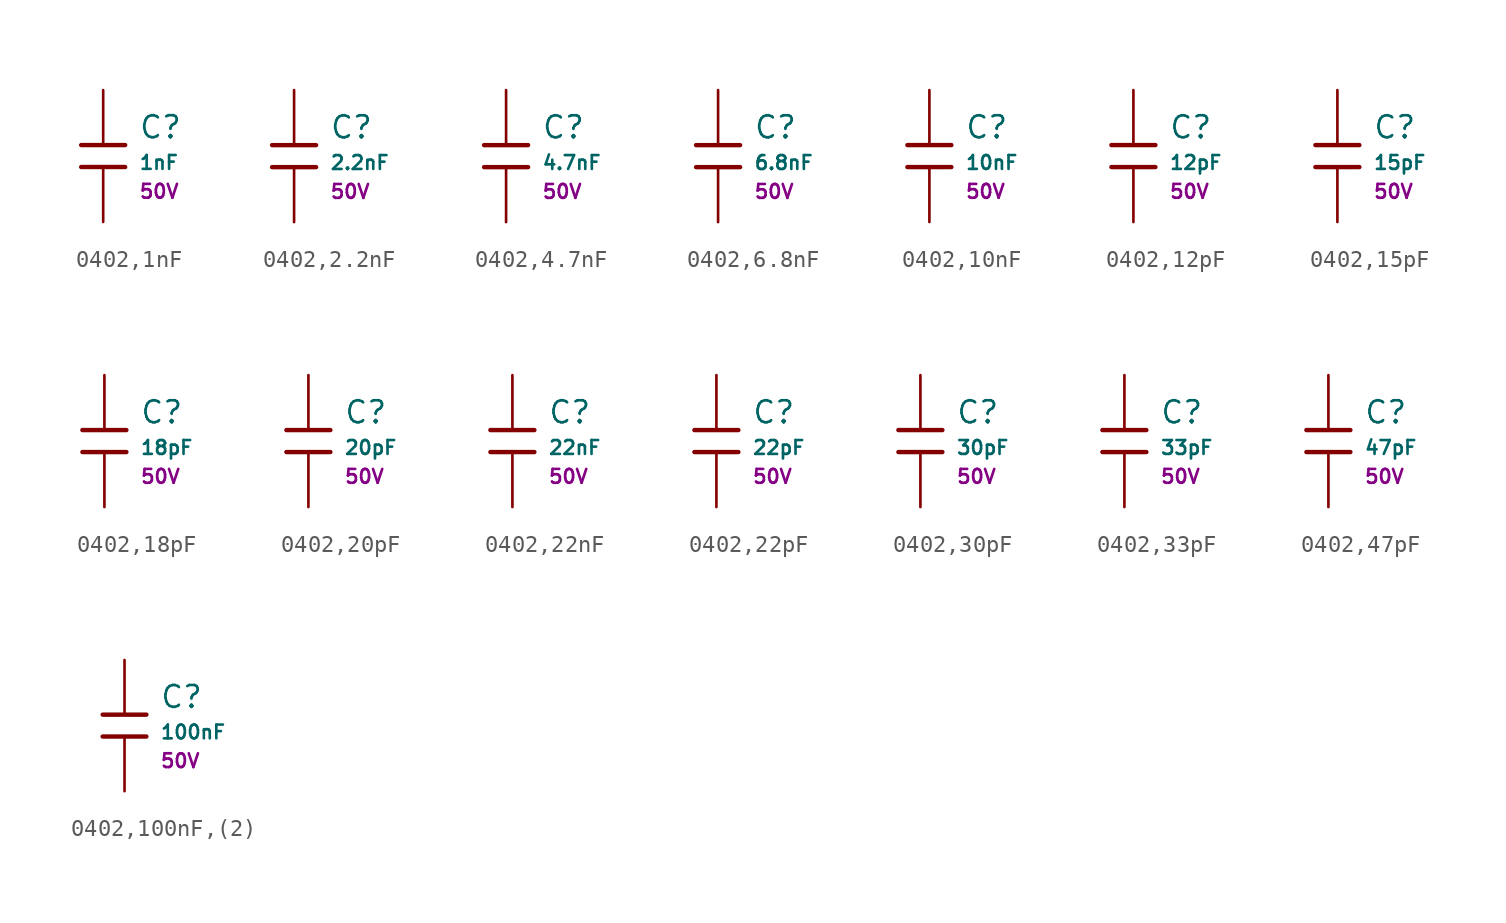
<source format=kicad_sym>
(kicad_symbol_lib
  (version 20241209)
  (generator "kicad_symbol_editor")
  (generator_version "9.0")
  (symbol "0402,1nF"
    (pin_numbers
      (hide yes))
    (pin_names
      (offset 0))
    (property "Reference" "C"
      (at 2.032 1.668 0)
      (effects (font (size 1.27 1.27)) (justify left)))
    (property "Value" "1nF"
      (at 2.032 -0.378 0)
      (effects (font (size 0.8 0.8)) (justify left)))
    (property "Voltage Rated" "50V"
      (at 2.032 -2.046 0)
      (effects (font (size 0.8 0.8)) (justify left)))
    (symbol "0402,1nF_0_1"
      (polyline (pts (xy -1.27 0.635) (xy 1.27 0.635)) (stroke (width 0.254) (type default)) (fill (type none)))
      (polyline (pts (xy -1.27 -0.635) (xy 1.27 -0.635)) (stroke (width 0.254) (type default)) (fill (type none))))
    (symbol "0402,1nF_1_1"
      (pin passive line (at 0 3.81 270) (length 3.175) (name "~" (effects (font (size 1.27 1.27)))) (number "1" (effects (font (size 1.27 1.27)))))
      (pin passive line (at 0 -3.81 90) (length 3.175) (name "~" (effects (font (size 1.27 1.27)))) (number "2" (effects (font (size 1.27 1.27)))))))
  (symbol "0402,2.2nF"
    (pin_numbers
      (hide yes))
    (pin_names
      (offset 0))
    (property "Reference" "C"
      (at 2.032 1.668 0)
      (effects (font (size 1.27 1.27)) (justify left)))
    (property "Value" "2.2nF"
      (at 2.032 -0.378 0)
      (effects (font (size 0.8 0.8)) (justify left)))
    (property "Voltage Rated" "50V"
      (at 2.032 -2.046 0)
      (effects (font (size 0.8 0.8)) (justify left)))
    (symbol "0402,2.2nF_0_1"
      (polyline (pts (xy -1.27 0.635) (xy 1.27 0.635)) (stroke (width 0.254) (type default)) (fill (type none)))
      (polyline (pts (xy -1.27 -0.635) (xy 1.27 -0.635)) (stroke (width 0.254) (type default)) (fill (type none))))
    (symbol "0402,2.2nF_1_1"
      (pin passive line (at 0 3.81 270) (length 3.175) (name "~" (effects (font (size 1.27 1.27)))) (number "1" (effects (font (size 1.27 1.27)))))
      (pin passive line (at 0 -3.81 90) (length 3.175) (name "~" (effects (font (size 1.27 1.27)))) (number "2" (effects (font (size 1.27 1.27)))))))
  (symbol "0402,4.7nF"
    (pin_numbers
      (hide yes))
    (pin_names
      (offset 0))
    (property "Reference" "C"
      (at 2.032 1.668 0)
      (effects (font (size 1.27 1.27)) (justify left)))
    (property "Value" "4.7nF"
      (at 2.032 -0.378 0)
      (effects (font (size 0.8 0.8)) (justify left)))
    (property "Voltage Rated" "50V"
      (at 2.032 -2.046 0)
      (effects (font (size 0.8 0.8)) (justify left)))
    (symbol "0402,4.7nF_0_1"
      (polyline (pts (xy -1.27 0.635) (xy 1.27 0.635)) (stroke (width 0.254) (type default)) (fill (type none)))
      (polyline (pts (xy -1.27 -0.635) (xy 1.27 -0.635)) (stroke (width 0.254) (type default)) (fill (type none))))
    (symbol "0402,4.7nF_1_1"
      (pin passive line (at 0 3.81 270) (length 3.175) (name "~" (effects (font (size 1.27 1.27)))) (number "1" (effects (font (size 1.27 1.27)))))
      (pin passive line (at 0 -3.81 90) (length 3.175) (name "~" (effects (font (size 1.27 1.27)))) (number "2" (effects (font (size 1.27 1.27)))))))
  (symbol "0402,6.8nF"
    (pin_numbers
      (hide yes))
    (pin_names
      (offset 0))
    (property "Reference" "C"
      (at 2.032 1.668 0)
      (effects (font (size 1.27 1.27)) (justify left)))
    (property "Value" "6.8nF"
      (at 2.032 -0.378 0)
      (effects (font (size 0.8 0.8)) (justify left)))
    (property "Voltage Rated" "50V"
      (at 2.032 -2.046 0)
      (effects (font (size 0.8 0.8)) (justify left)))
    (symbol "0402,6.8nF_0_1"
      (polyline (pts (xy -1.27 0.635) (xy 1.27 0.635)) (stroke (width 0.254) (type default)) (fill (type none)))
      (polyline (pts (xy -1.27 -0.635) (xy 1.27 -0.635)) (stroke (width 0.254) (type default)) (fill (type none))))
    (symbol "0402,6.8nF_1_1"
      (pin passive line (at 0 3.81 270) (length 3.175) (name "~" (effects (font (size 1.27 1.27)))) (number "1" (effects (font (size 1.27 1.27)))))
      (pin passive line (at 0 -3.81 90) (length 3.175) (name "~" (effects (font (size 1.27 1.27)))) (number "2" (effects (font (size 1.27 1.27)))))))
  (symbol "0402,10nF"
    (pin_numbers
      (hide yes))
    (pin_names
      (offset 0))
    (property "Reference" "C"
      (at 2.032 1.668 0)
      (effects (font (size 1.27 1.27)) (justify left)))
    (property "Value" "10nF"
      (at 2.032 -0.378 0)
      (effects (font (size 0.8 0.8)) (justify left)))
    (property "Voltage Rated" "50V"
      (at 2.032 -2.046 0)
      (effects (font (size 0.8 0.8)) (justify left)))
    (symbol "0402,10nF_0_1"
      (polyline (pts (xy -1.27 0.635) (xy 1.27 0.635)) (stroke (width 0.254) (type default)) (fill (type none)))
      (polyline (pts (xy -1.27 -0.635) (xy 1.27 -0.635)) (stroke (width 0.254) (type default)) (fill (type none))))
    (symbol "0402,10nF_1_1"
      (pin passive line (at 0 3.81 270) (length 3.175) (name "~" (effects (font (size 1.27 1.27)))) (number "1" (effects (font (size 1.27 1.27)))))
      (pin passive line (at 0 -3.81 90) (length 3.175) (name "~" (effects (font (size 1.27 1.27)))) (number "2" (effects (font (size 1.27 1.27)))))))
  (symbol "0402,12pF"
    (pin_numbers
      (hide yes))
    (pin_names
      (offset 0))
    (property "Reference" "C"
      (at 2.032 1.668 0)
      (effects (font (size 1.27 1.27)) (justify left)))
    (property "Value" "12pF"
      (at 2.032 -0.378 0)
      (effects (font (size 0.8 0.8)) (justify left)))
    (property "Voltage Rated" "50V"
      (at 2.032 -2.046 0)
      (effects (font (size 0.8 0.8)) (justify left)))
    (symbol "0402,12pF_0_1"
      (polyline (pts (xy -1.27 0.635) (xy 1.27 0.635)) (stroke (width 0.254) (type default)) (fill (type none)))
      (polyline (pts (xy -1.27 -0.635) (xy 1.27 -0.635)) (stroke (width 0.254) (type default)) (fill (type none))))
    (symbol "0402,12pF_1_1"
      (pin passive line (at 0 3.81 270) (length 3.175) (name "~" (effects (font (size 1.27 1.27)))) (number "1" (effects (font (size 1.27 1.27)))))
      (pin passive line (at 0 -3.81 90) (length 3.175) (name "~" (effects (font (size 1.27 1.27)))) (number "2" (effects (font (size 1.27 1.27)))))))
  (symbol "0402,15pF"
    (pin_numbers
      (hide yes))
    (pin_names
      (offset 0))
    (property "Reference" "C"
      (at 2.032 1.668 0)
      (effects (font (size 1.27 1.27)) (justify left)))
    (property "Value" "15pF"
      (at 2.032 -0.378 0)
      (effects (font (size 0.8 0.8)) (justify left)))
    (property "Voltage Rated" "50V"
      (at 2.032 -2.046 0)
      (effects (font (size 0.8 0.8)) (justify left)))
    (symbol "0402,15pF_0_1"
      (polyline (pts (xy -1.27 0.635) (xy 1.27 0.635)) (stroke (width 0.254) (type default)) (fill (type none)))
      (polyline (pts (xy -1.27 -0.635) (xy 1.27 -0.635)) (stroke (width 0.254) (type default)) (fill (type none))))
    (symbol "0402,15pF_1_1"
      (pin passive line (at 0 3.81 270) (length 3.175) (name "~" (effects (font (size 1.27 1.27)))) (number "1" (effects (font (size 1.27 1.27)))))
      (pin passive line (at 0 -3.81 90) (length 3.175) (name "~" (effects (font (size 1.27 1.27)))) (number "2" (effects (font (size 1.27 1.27)))))))
  (symbol "0402,18pF"
    (pin_numbers
      (hide yes))
    (pin_names
      (offset 0))
    (property "Reference" "C"
      (at 2.032 1.668 0)
      (effects (font (size 1.27 1.27)) (justify left)))
    (property "Value" "18pF"
      (at 2.032 -0.378 0)
      (effects (font (size 0.8 0.8)) (justify left)))
    (property "Voltage Rated" "50V"
      (at 2.032 -2.046 0)
      (effects (font (size 0.8 0.8)) (justify left)))
    (symbol "0402,18pF_0_1"
      (polyline (pts (xy -1.27 0.635) (xy 1.27 0.635)) (stroke (width 0.254) (type default)) (fill (type none)))
      (polyline (pts (xy -1.27 -0.635) (xy 1.27 -0.635)) (stroke (width 0.254) (type default)) (fill (type none))))
    (symbol "0402,18pF_1_1"
      (pin passive line (at 0 3.81 270) (length 3.175) (name "~" (effects (font (size 1.27 1.27)))) (number "1" (effects (font (size 1.27 1.27)))))
      (pin passive line (at 0 -3.81 90) (length 3.175) (name "~" (effects (font (size 1.27 1.27)))) (number "2" (effects (font (size 1.27 1.27)))))))
  (symbol "0402,20pF"
    (pin_numbers
      (hide yes))
    (pin_names
      (offset 0))
    (property "Reference" "C"
      (at 2.032 1.668 0)
      (effects (font (size 1.27 1.27)) (justify left)))
    (property "Value" "20pF"
      (at 2.032 -0.378 0)
      (effects (font (size 0.8 0.8)) (justify left)))
    (property "Voltage Rated" "50V"
      (at 2.032 -2.046 0)
      (effects (font (size 0.8 0.8)) (justify left)))
    (symbol "0402,20pF_0_1"
      (polyline (pts (xy -1.27 0.635) (xy 1.27 0.635)) (stroke (width 0.254) (type default)) (fill (type none)))
      (polyline (pts (xy -1.27 -0.635) (xy 1.27 -0.635)) (stroke (width 0.254) (type default)) (fill (type none))))
    (symbol "0402,20pF_1_1"
      (pin passive line (at 0 3.81 270) (length 3.175) (name "~" (effects (font (size 1.27 1.27)))) (number "1" (effects (font (size 1.27 1.27)))))
      (pin passive line (at 0 -3.81 90) (length 3.175) (name "~" (effects (font (size 1.27 1.27)))) (number "2" (effects (font (size 1.27 1.27)))))))
  (symbol "0402,22nF"
    (pin_numbers
      (hide yes))
    (pin_names
      (offset 0))
    (property "Reference" "C"
      (at 2.032 1.668 0)
      (effects (font (size 1.27 1.27)) (justify left)))
    (property "Value" "22nF"
      (at 2.032 -0.378 0)
      (effects (font (size 0.8 0.8)) (justify left)))
    (property "Voltage Rated" "50V"
      (at 2.032 -2.046 0)
      (effects (font (size 0.8 0.8)) (justify left)))
    (symbol "0402,22nF_0_1"
      (polyline (pts (xy -1.27 0.635) (xy 1.27 0.635)) (stroke (width 0.254) (type default)) (fill (type none)))
      (polyline (pts (xy -1.27 -0.635) (xy 1.27 -0.635)) (stroke (width 0.254) (type default)) (fill (type none))))
    (symbol "0402,22nF_1_1"
      (pin passive line (at 0 3.81 270) (length 3.175) (name "~" (effects (font (size 1.27 1.27)))) (number "1" (effects (font (size 1.27 1.27)))))
      (pin passive line (at 0 -3.81 90) (length 3.175) (name "~" (effects (font (size 1.27 1.27)))) (number "2" (effects (font (size 1.27 1.27)))))))
  (symbol "0402,22pF"
    (pin_numbers
      (hide yes))
    (pin_names
      (offset 0))
    (property "Reference" "C"
      (at 2.032 1.668 0)
      (effects (font (size 1.27 1.27)) (justify left)))
    (property "Value" "22pF"
      (at 2.032 -0.378 0)
      (effects (font (size 0.8 0.8)) (justify left)))
    (property "Voltage Rated" "50V"
      (at 2.032 -2.046 0)
      (effects (font (size 0.8 0.8)) (justify left)))
    (symbol "0402,22pF_0_1"
      (polyline (pts (xy -1.27 0.635) (xy 1.27 0.635)) (stroke (width 0.254) (type default)) (fill (type none)))
      (polyline (pts (xy -1.27 -0.635) (xy 1.27 -0.635)) (stroke (width 0.254) (type default)) (fill (type none))))
    (symbol "0402,22pF_1_1"
      (pin passive line (at 0 3.81 270) (length 3.175) (name "~" (effects (font (size 1.27 1.27)))) (number "1" (effects (font (size 1.27 1.27)))))
      (pin passive line (at 0 -3.81 90) (length 3.175) (name "~" (effects (font (size 1.27 1.27)))) (number "2" (effects (font (size 1.27 1.27)))))))
  (symbol "0402,30pF"
    (pin_numbers
      (hide yes))
    (pin_names
      (offset 0))
    (property "Reference" "C"
      (at 2.032 1.668 0)
      (effects (font (size 1.27 1.27)) (justify left)))
    (property "Value" "30pF"
      (at 2.032 -0.378 0)
      (effects (font (size 0.8 0.8)) (justify left)))
    (property "Voltage Rated" "50V"
      (at 2.032 -2.046 0)
      (effects (font (size 0.8 0.8)) (justify left)))
    (symbol "0402,30pF_0_1"
      (polyline (pts (xy -1.27 0.635) (xy 1.27 0.635)) (stroke (width 0.254) (type default)) (fill (type none)))
      (polyline (pts (xy -1.27 -0.635) (xy 1.27 -0.635)) (stroke (width 0.254) (type default)) (fill (type none))))
    (symbol "0402,30pF_1_1"
      (pin passive line (at 0 3.81 270) (length 3.175) (name "~" (effects (font (size 1.27 1.27)))) (number "1" (effects (font (size 1.27 1.27)))))
      (pin passive line (at 0 -3.81 90) (length 3.175) (name "~" (effects (font (size 1.27 1.27)))) (number "2" (effects (font (size 1.27 1.27)))))))
  (symbol "0402,33pF"
    (pin_numbers
      (hide yes))
    (pin_names
      (offset 0))
    (property "Reference" "C"
      (at 2.032 1.668 0)
      (effects (font (size 1.27 1.27)) (justify left)))
    (property "Value" "33pF"
      (at 2.032 -0.378 0)
      (effects (font (size 0.8 0.8)) (justify left)))
    (property "Voltage Rated" "50V"
      (at 2.032 -2.046 0)
      (effects (font (size 0.8 0.8)) (justify left)))
    (symbol "0402,33pF_0_1"
      (polyline (pts (xy -1.27 0.635) (xy 1.27 0.635)) (stroke (width 0.254) (type default)) (fill (type none)))
      (polyline (pts (xy -1.27 -0.635) (xy 1.27 -0.635)) (stroke (width 0.254) (type default)) (fill (type none))))
    (symbol "0402,33pF_1_1"
      (pin passive line (at 0 3.81 270) (length 3.175) (name "~" (effects (font (size 1.27 1.27)))) (number "1" (effects (font (size 1.27 1.27)))))
      (pin passive line (at 0 -3.81 90) (length 3.175) (name "~" (effects (font (size 1.27 1.27)))) (number "2" (effects (font (size 1.27 1.27)))))))
  (symbol "0402,47pF"
    (pin_numbers
      (hide yes))
    (pin_names
      (offset 0))
    (property "Reference" "C"
      (at 2.032 1.668 0)
      (effects (font (size 1.27 1.27)) (justify left)))
    (property "Value" "47pF"
      (at 2.032 -0.378 0)
      (effects (font (size 0.8 0.8)) (justify left)))
    (property "Voltage Rated" "50V"
      (at 2.032 -2.046 0)
      (effects (font (size 0.8 0.8)) (justify left)))
    (symbol "0402,47pF_0_1"
      (polyline (pts (xy -1.27 0.635) (xy 1.27 0.635)) (stroke (width 0.254) (type default)) (fill (type none)))
      (polyline (pts (xy -1.27 -0.635) (xy 1.27 -0.635)) (stroke (width 0.254) (type default)) (fill (type none))))
    (symbol "0402,47pF_1_1"
      (pin passive line (at 0 3.81 270) (length 3.175) (name "~" (effects (font (size 1.27 1.27)))) (number "1" (effects (font (size 1.27 1.27)))))
      (pin passive line (at 0 -3.81 90) (length 3.175) (name "~" (effects (font (size 1.27 1.27)))) (number "2" (effects (font (size 1.27 1.27)))))))
  (symbol "0402,100nF,(2)"
    (pin_numbers
      (hide yes))
    (pin_names
      (offset 0))
    (property "Reference" "C"
      (at 2.032 1.668 0)
      (effects (font (size 1.27 1.27)) (justify left)))
    (property "Value" "100nF"
      (at 2.032 -0.378 0)
      (effects (font (size 0.8 0.8)) (justify left)))
    (property "Voltage Rated" "50V"
      (at 2.032 -2.046 0)
      (effects (font (size 0.8 0.8)) (justify left)))
    (symbol "0402,100nF,(2)_0_1"
      (polyline (pts (xy -1.27 0.635) (xy 1.27 0.635)) (stroke (width 0.254) (type default)) (fill (type none)))
      (polyline (pts (xy -1.27 -0.635) (xy 1.27 -0.635)) (stroke (width 0.254) (type default)) (fill (type none))))
    (symbol "0402,100nF,(2)_1_1"
      (pin passive line (at 0 3.81 270) (length 3.175) (name "~" (effects (font (size 1.27 1.27)))) (number "1" (effects (font (size 1.27 1.27)))))
      (pin passive line (at 0 -3.81 90) (length 3.175) (name "~" (effects (font (size 1.27 1.27)))) (number "2" (effects (font (size 1.27 1.27))))))))
</source>
